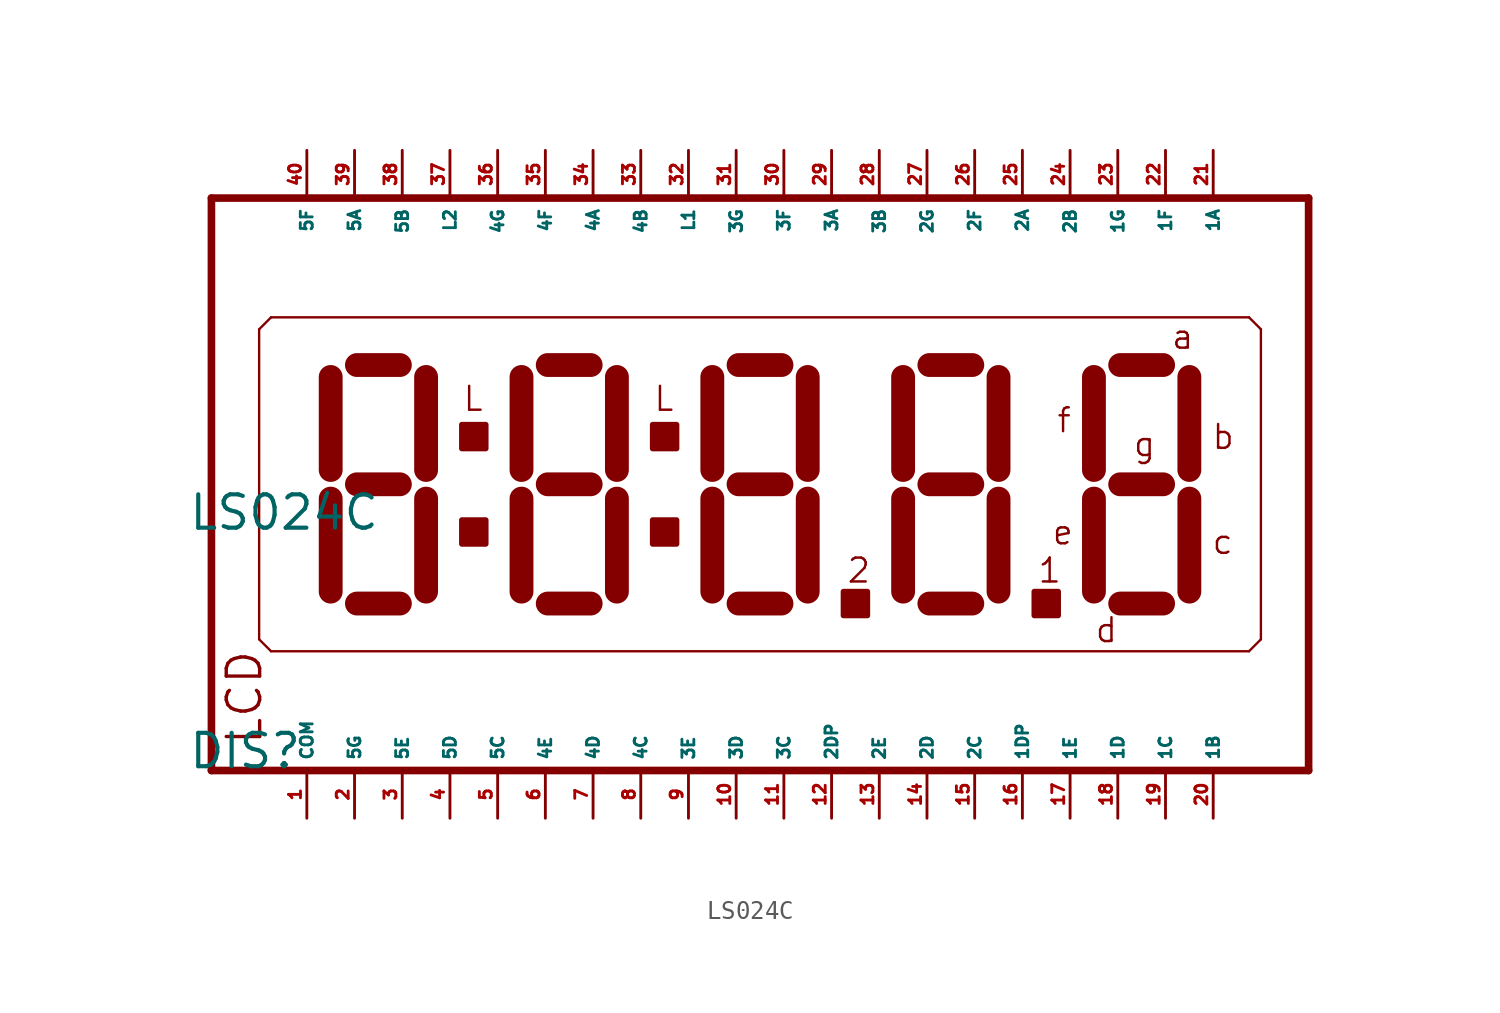
<source format=kicad_sym>
(kicad_symbol_lib
  (version 20220914)
  (generator Eagle2Kicad)
  (symbol "LS024C"
    (property "Reference" "DIS"
      (at -29.21 -15.24 0)
      (effects (font (size 1.778 1.778) (thickness 0.22)) (justify left bottom)))
    (property "Value" "LS024C"
      (at -29.21 -2.54 0)
      (effects (font (size 1.778 1.778) (thickness 0.22)) (justify left bottom)))
    (polyline
      (pts (xy -27.94 -15.24) (xy 30.48 -15.24))
      (stroke (width 0.406) (type default))
      (fill (type none)))
    (polyline
      (pts (xy 30.48 15.24) (xy -27.94 15.24))
      (stroke (width 0.406) (type default))
      (fill (type none)))
    (polyline
      (pts (xy -27.94 15.24) (xy -27.94 -15.24))
      (stroke (width 0.406) (type default))
      (fill (type none)))
    (polyline
      (pts (xy 30.48 -15.24) (xy 30.48 15.24))
      (stroke (width 0.406) (type default))
      (fill (type none)))
    (polyline
      (pts (xy -24.765 8.89) (xy -25.4 8.255))
      (stroke (width 0.127) (type default))
      (fill (type none)))
    (polyline
      (pts (xy -25.4 8.255) (xy -25.4 -8.255))
      (stroke (width 0.127) (type default))
      (fill (type none)))
    (polyline
      (pts (xy -25.4 -8.255) (xy -24.765 -8.89))
      (stroke (width 0.127) (type default))
      (fill (type none)))
    (polyline
      (pts (xy -24.765 -8.89) (xy 27.305 -8.89))
      (stroke (width 0.127) (type default))
      (fill (type none)))
    (polyline
      (pts (xy 27.305 -8.89) (xy 27.94 -8.255))
      (stroke (width 0.127) (type default))
      (fill (type none)))
    (polyline
      (pts (xy 27.94 -8.255) (xy 27.94 8.255))
      (stroke (width 0.127) (type default))
      (fill (type none)))
    (polyline
      (pts (xy 27.94 8.255) (xy 27.305 8.89))
      (stroke (width 0.127) (type default))
      (fill (type none)))
    (polyline
      (pts (xy 27.305 8.89) (xy -24.765 8.89))
      (stroke (width 0.127) (type default))
      (fill (type none)))
    (polyline
      (pts (xy -16.51 -5.715) (xy -16.51 -0.762))
      (stroke (width 1.27) (type default))
      (fill (type none)))
    (polyline
      (pts (xy -16.51 0.762) (xy -16.51 5.715))
      (stroke (width 1.27) (type default))
      (fill (type none)))
    (polyline
      (pts (xy 19.05 5.715) (xy 19.05 0.762))
      (stroke (width 1.27) (type default))
      (fill (type none)))
    (polyline
      (pts (xy 19.05 -0.762) (xy 19.05 -5.715))
      (stroke (width 1.27) (type default))
      (fill (type none)))
    (polyline
      (pts (xy 20.447 -6.35) (xy 22.733 -6.35))
      (stroke (width 1.27) (type default))
      (fill (type none)))
    (polyline
      (pts (xy 24.13 -5.715) (xy 24.13 -0.762))
      (stroke (width 1.27) (type default))
      (fill (type none)))
    (polyline
      (pts (xy 24.13 0.762) (xy 24.13 5.715))
      (stroke (width 1.27) (type default))
      (fill (type none)))
    (polyline
      (pts (xy 20.447 6.35) (xy 22.733 6.35))
      (stroke (width 1.27) (type default))
      (fill (type none)))
    (polyline
      (pts (xy 20.447 0) (xy 22.733 0))
      (stroke (width 1.27) (type default))
      (fill (type none)))
    (polyline
      (pts (xy -11.43 5.715) (xy -11.43 0.762))
      (stroke (width 1.27) (type default))
      (fill (type none)))
    (polyline
      (pts (xy -11.43 -0.762) (xy -11.43 -5.715))
      (stroke (width 1.27) (type default))
      (fill (type none)))
    (polyline
      (pts (xy -10.033 -6.35) (xy -7.747 -6.35))
      (stroke (width 1.27) (type default))
      (fill (type none)))
    (polyline
      (pts (xy -6.35 -5.715) (xy -6.35 -0.762))
      (stroke (width 1.27) (type default))
      (fill (type none)))
    (polyline
      (pts (xy -6.35 0.762) (xy -6.35 5.715))
      (stroke (width 1.27) (type default))
      (fill (type none)))
    (polyline
      (pts (xy -10.033 6.35) (xy -7.747 6.35))
      (stroke (width 1.27) (type default))
      (fill (type none)))
    (polyline
      (pts (xy -10.033 0) (xy -7.747 0))
      (stroke (width 1.27) (type default))
      (fill (type none)))
    (polyline
      (pts (xy 8.89 5.715) (xy 8.89 0.762))
      (stroke (width 1.27) (type default))
      (fill (type none)))
    (polyline
      (pts (xy 8.89 -0.762) (xy 8.89 -5.715))
      (stroke (width 1.27) (type default))
      (fill (type none)))
    (polyline
      (pts (xy 10.287 -6.35) (xy 12.573 -6.35))
      (stroke (width 1.27) (type default))
      (fill (type none)))
    (polyline
      (pts (xy 13.97 -5.715) (xy 13.97 -0.762))
      (stroke (width 1.27) (type default))
      (fill (type none)))
    (polyline
      (pts (xy 13.97 0.762) (xy 13.97 5.715))
      (stroke (width 1.27) (type default))
      (fill (type none)))
    (polyline
      (pts (xy 10.287 6.35) (xy 12.573 6.35))
      (stroke (width 1.27) (type default))
      (fill (type none)))
    (polyline
      (pts (xy 10.287 0) (xy 12.573 0))
      (stroke (width 1.27) (type default))
      (fill (type none)))
    (polyline
      (pts (xy -1.27 5.715) (xy -1.27 0.762))
      (stroke (width 1.27) (type default))
      (fill (type none)))
    (polyline
      (pts (xy -1.27 -0.762) (xy -1.27 -5.715))
      (stroke (width 1.27) (type default))
      (fill (type none)))
    (polyline
      (pts (xy 0.127 -6.35) (xy 2.413 -6.35))
      (stroke (width 1.27) (type default))
      (fill (type none)))
    (polyline
      (pts (xy 3.81 -5.715) (xy 3.81 -0.762))
      (stroke (width 1.27) (type default))
      (fill (type none)))
    (polyline
      (pts (xy 3.81 0.762) (xy 3.81 5.715))
      (stroke (width 1.27) (type default))
      (fill (type none)))
    (polyline
      (pts (xy 0.127 6.35) (xy 2.413 6.35))
      (stroke (width 1.27) (type default))
      (fill (type none)))
    (polyline
      (pts (xy 0.127 0) (xy 2.413 0))
      (stroke (width 1.27) (type default))
      (fill (type none)))
    (polyline
      (pts (xy -21.59 5.715) (xy -21.59 0.762))
      (stroke (width 1.27) (type default))
      (fill (type none)))
    (polyline
      (pts (xy -21.59 -0.762) (xy -21.59 -5.715))
      (stroke (width 1.27) (type default))
      (fill (type none)))
    (polyline
      (pts (xy -20.193 -6.35) (xy -17.907 -6.35))
      (stroke (width 1.27) (type default))
      (fill (type none)))
    (polyline
      (pts (xy -20.193 6.35) (xy -17.907 6.35))
      (stroke (width 1.27) (type default))
      (fill (type none)))
    (polyline
      (pts (xy -20.193 0) (xy -17.907 0))
      (stroke (width 1.27) (type default))
      (fill (type none)))
    (text "LCD"
      (at -25.146 -13.97 900)
      (effects (font (size 1.778 1.778) (thickness 0.18)) (justify left bottom)))
    (text "a"
      (at 23.114 7.112 0)
      (effects (font (size 1.27 1.27) (thickness 0.13)) (justify left bottom)))
    (text "b"
      (at 25.273 1.778 0)
      (effects (font (size 1.27 1.27) (thickness 0.13)) (justify left bottom)))
    (text "c"
      (at 25.273 -3.81 0)
      (effects (font (size 1.27 1.27) (thickness 0.13)) (justify left bottom)))
    (text "d"
      (at 19.05 -8.509 0)
      (effects (font (size 1.27 1.27) (thickness 0.13)) (justify left bottom)))
    (text "e"
      (at 16.764 -3.302 0)
      (effects (font (size 1.27 1.27) (thickness 0.13)) (justify left bottom)))
    (text "f"
      (at 17.018 2.667 0)
      (effects (font (size 1.27 1.27) (thickness 0.13)) (justify left bottom)))
    (text "g"
      (at 21.082 1.397 0)
      (effects (font (size 1.27 1.27) (thickness 0.13)) (justify left bottom)))
    (text "L"
      (at -4.445 3.81 0)
      (effects (font (size 1.27 1.27) (thickness 0.13)) (justify left bottom)))
    (text "L"
      (at -14.605 3.81 0)
      (effects (font (size 1.27 1.27) (thickness 0.13)) (justify left bottom)))
    (text "1"
      (at 16.002 -5.334 0)
      (effects (font (size 1.27 1.27) (thickness 0.13)) (justify left bottom)))
    (text "2"
      (at 5.842 -5.334 0)
      (effects (font (size 1.27 1.27) (thickness 0.13)) (justify left bottom)))
    (rectangle
      (start 5.715 -6.985)
      (end 6.985 -5.715)
      (stroke (width 0.3) (type default))
      (fill (type outline)))
    (rectangle
      (start 15.875 -6.985)
      (end 17.145 -5.715)
      (stroke (width 0.3) (type default))
      (fill (type outline)))
    (rectangle
      (start -4.445 -3.175)
      (end -3.175 -1.905)
      (stroke (width 0.3) (type default))
      (fill (type outline)))
    (rectangle
      (start -4.445 1.905)
      (end -3.175 3.175)
      (stroke (width 0.3) (type default))
      (fill (type outline)))
    (rectangle
      (start -14.605 1.905)
      (end -13.335 3.175)
      (stroke (width 0.3) (type default))
      (fill (type outline)))
    (rectangle
      (start -14.605 -3.175)
      (end -13.335 -1.905)
      (stroke (width 0.3) (type default))
      (fill (type outline)))
    (pin passive line
      (at -22.86 -17.78 90)
      (length 2.54)
      (name "COM" (effects (font (size 0.635 0.635) (thickness 0.08)) (justify left bottom)))
      (number "1" (effects (font (size 0.635 0.635) (thickness 0.08)) (justify left bottom))))
    (pin passive line
      (at -20.32 -17.78 90)
      (length 2.54)
      (name "5G" (effects (font (size 0.635 0.635) (thickness 0.08)) (justify left bottom)))
      (number "2" (effects (font (size 0.635 0.635) (thickness 0.08)) (justify left bottom))))
    (pin passive line
      (at -17.78 -17.78 90)
      (length 2.54)
      (name "5E" (effects (font (size 0.635 0.635) (thickness 0.08)) (justify left bottom)))
      (number "3" (effects (font (size 0.635 0.635) (thickness 0.08)) (justify left bottom))))
    (pin passive line
      (at -12.7 -17.78 90)
      (length 2.54)
      (name "5C" (effects (font (size 0.635 0.635) (thickness 0.08)) (justify left bottom)))
      (number "5" (effects (font (size 0.635 0.635) (thickness 0.08)) (justify left bottom))))
    (pin passive line
      (at -2.54 -17.78 90)
      (length 2.54)
      (name "3E" (effects (font (size 0.635 0.635) (thickness 0.08)) (justify left bottom)))
      (number "9" (effects (font (size 0.635 0.635) (thickness 0.08)) (justify left bottom))))
    (pin passive line
      (at 0 -17.78 90)
      (length 2.54)
      (name "3D" (effects (font (size 0.635 0.635) (thickness 0.08)) (justify left bottom)))
      (number "10" (effects (font (size 0.635 0.635) (thickness 0.08)) (justify left bottom))))
    (pin passive line
      (at 2.54 -17.78 90)
      (length 2.54)
      (name "3C" (effects (font (size 0.635 0.635) (thickness 0.08)) (justify left bottom)))
      (number "11" (effects (font (size 0.635 0.635) (thickness 0.08)) (justify left bottom))))
    (pin passive line
      (at 5.08 -17.78 90)
      (length 2.54)
      (name "2DP" (effects (font (size 0.635 0.635) (thickness 0.08)) (justify left bottom)))
      (number "12" (effects (font (size 0.635 0.635) (thickness 0.08)) (justify left bottom))))
    (pin passive line
      (at 7.62 -17.78 90)
      (length 2.54)
      (name "2E" (effects (font (size 0.635 0.635) (thickness 0.08)) (justify left bottom)))
      (number "13" (effects (font (size 0.635 0.635) (thickness 0.08)) (justify left bottom))))
    (pin passive line
      (at 10.16 -17.78 90)
      (length 2.54)
      (name "2D" (effects (font (size 0.635 0.635) (thickness 0.08)) (justify left bottom)))
      (number "14" (effects (font (size 0.635 0.635) (thickness 0.08)) (justify left bottom))))
    (pin passive line
      (at 12.7 -17.78 90)
      (length 2.54)
      (name "2C" (effects (font (size 0.635 0.635) (thickness 0.08)) (justify left bottom)))
      (number "15" (effects (font (size 0.635 0.635) (thickness 0.08)) (justify left bottom))))
    (pin passive line
      (at 15.24 -17.78 90)
      (length 2.54)
      (name "1DP" (effects (font (size 0.635 0.635) (thickness 0.08)) (justify left bottom)))
      (number "16" (effects (font (size 0.635 0.635) (thickness 0.08)) (justify left bottom))))
    (pin passive line
      (at 17.78 -17.78 90)
      (length 2.54)
      (name "1E" (effects (font (size 0.635 0.635) (thickness 0.08)) (justify left bottom)))
      (number "17" (effects (font (size 0.635 0.635) (thickness 0.08)) (justify left bottom))))
    (pin passive line
      (at 20.32 -17.78 90)
      (length 2.54)
      (name "1D" (effects (font (size 0.635 0.635) (thickness 0.08)) (justify left bottom)))
      (number "18" (effects (font (size 0.635 0.635) (thickness 0.08)) (justify left bottom))))
    (pin passive line
      (at 22.86 -17.78 90)
      (length 2.54)
      (name "1C" (effects (font (size 0.635 0.635) (thickness 0.08)) (justify left bottom)))
      (number "19" (effects (font (size 0.635 0.635) (thickness 0.08)) (justify left bottom))))
    (pin passive line
      (at 25.4 -17.78 90)
      (length 2.54)
      (name "1B" (effects (font (size 0.635 0.635) (thickness 0.08)) (justify left bottom)))
      (number "20" (effects (font (size 0.635 0.635) (thickness 0.08)) (justify left bottom))))
    (pin passive line
      (at 25.4 17.78 270)
      (length 2.54)
      (name "1A" (effects (font (size 0.635 0.635) (thickness 0.08)) (justify left bottom)))
      (number "21" (effects (font (size 0.635 0.635) (thickness 0.08)) (justify left bottom))))
    (pin passive line
      (at 22.86 17.78 270)
      (length 2.54)
      (name "1F" (effects (font (size 0.635 0.635) (thickness 0.08)) (justify left bottom)))
      (number "22" (effects (font (size 0.635 0.635) (thickness 0.08)) (justify left bottom))))
    (pin passive line
      (at 20.32 17.78 270)
      (length 2.54)
      (name "1G" (effects (font (size 0.635 0.635) (thickness 0.08)) (justify left bottom)))
      (number "23" (effects (font (size 0.635 0.635) (thickness 0.08)) (justify left bottom))))
    (pin passive line
      (at 17.78 17.78 270)
      (length 2.54)
      (name "2B" (effects (font (size 0.635 0.635) (thickness 0.08)) (justify left bottom)))
      (number "24" (effects (font (size 0.635 0.635) (thickness 0.08)) (justify left bottom))))
    (pin passive line
      (at 15.24 17.78 270)
      (length 2.54)
      (name "2A" (effects (font (size 0.635 0.635) (thickness 0.08)) (justify left bottom)))
      (number "25" (effects (font (size 0.635 0.635) (thickness 0.08)) (justify left bottom))))
    (pin passive line
      (at 12.7 17.78 270)
      (length 2.54)
      (name "2F" (effects (font (size 0.635 0.635) (thickness 0.08)) (justify left bottom)))
      (number "26" (effects (font (size 0.635 0.635) (thickness 0.08)) (justify left bottom))))
    (pin passive line
      (at 10.16 17.78 270)
      (length 2.54)
      (name "2G" (effects (font (size 0.635 0.635) (thickness 0.08)) (justify left bottom)))
      (number "27" (effects (font (size 0.635 0.635) (thickness 0.08)) (justify left bottom))))
    (pin passive line
      (at -15.24 17.78 270)
      (length 2.54)
      (name "L2" (effects (font (size 0.635 0.635) (thickness 0.08)) (justify left bottom)))
      (number "37" (effects (font (size 0.635 0.635) (thickness 0.08)) (justify left bottom))))
    (pin passive line
      (at 7.62 17.78 270)
      (length 2.54)
      (name "3B" (effects (font (size 0.635 0.635) (thickness 0.08)) (justify left bottom)))
      (number "28" (effects (font (size 0.635 0.635) (thickness 0.08)) (justify left bottom))))
    (pin passive line
      (at 5.08 17.78 270)
      (length 2.54)
      (name "3A" (effects (font (size 0.635 0.635) (thickness 0.08)) (justify left bottom)))
      (number "29" (effects (font (size 0.635 0.635) (thickness 0.08)) (justify left bottom))))
    (pin passive line
      (at 2.54 17.78 270)
      (length 2.54)
      (name "3F" (effects (font (size 0.635 0.635) (thickness 0.08)) (justify left bottom)))
      (number "30" (effects (font (size 0.635 0.635) (thickness 0.08)) (justify left bottom))))
    (pin passive line
      (at 0 17.78 270)
      (length 2.54)
      (name "3G" (effects (font (size 0.635 0.635) (thickness 0.08)) (justify left bottom)))
      (number "31" (effects (font (size 0.635 0.635) (thickness 0.08)) (justify left bottom))))
    (pin passive line
      (at -17.78 17.78 270)
      (length 2.54)
      (name "5B" (effects (font (size 0.635 0.635) (thickness 0.08)) (justify left bottom)))
      (number "38" (effects (font (size 0.635 0.635) (thickness 0.08)) (justify left bottom))))
    (pin passive line
      (at -20.32 17.78 270)
      (length 2.54)
      (name "5A" (effects (font (size 0.635 0.635) (thickness 0.08)) (justify left bottom)))
      (number "39" (effects (font (size 0.635 0.635) (thickness 0.08)) (justify left bottom))))
    (pin passive line
      (at -15.24 -17.78 90)
      (length 2.54)
      (name "5D" (effects (font (size 0.635 0.635) (thickness 0.08)) (justify left bottom)))
      (number "4" (effects (font (size 0.635 0.635) (thickness 0.08)) (justify left bottom))))
    (pin passive line
      (at -10.16 -17.78 90)
      (length 2.54)
      (name "4E" (effects (font (size 0.635 0.635) (thickness 0.08)) (justify left bottom)))
      (number "6" (effects (font (size 0.635 0.635) (thickness 0.08)) (justify left bottom))))
    (pin passive line
      (at -7.62 -17.78 90)
      (length 2.54)
      (name "4D" (effects (font (size 0.635 0.635) (thickness 0.08)) (justify left bottom)))
      (number "7" (effects (font (size 0.635 0.635) (thickness 0.08)) (justify left bottom))))
    (pin passive line
      (at -5.08 -17.78 90)
      (length 2.54)
      (name "4C" (effects (font (size 0.635 0.635) (thickness 0.08)) (justify left bottom)))
      (number "8" (effects (font (size 0.635 0.635) (thickness 0.08)) (justify left bottom))))
    (pin passive line
      (at -2.54 17.78 270)
      (length 2.54)
      (name "L1" (effects (font (size 0.635 0.635) (thickness 0.08)) (justify left bottom)))
      (number "32" (effects (font (size 0.635 0.635) (thickness 0.08)) (justify left bottom))))
    (pin passive line
      (at -5.08 17.78 270)
      (length 2.54)
      (name "4B" (effects (font (size 0.635 0.635) (thickness 0.08)) (justify left bottom)))
      (number "33" (effects (font (size 0.635 0.635) (thickness 0.08)) (justify left bottom))))
    (pin passive line
      (at -7.62 17.78 270)
      (length 2.54)
      (name "4A" (effects (font (size 0.635 0.635) (thickness 0.08)) (justify left bottom)))
      (number "34" (effects (font (size 0.635 0.635) (thickness 0.08)) (justify left bottom))))
    (pin passive line
      (at -10.16 17.78 270)
      (length 2.54)
      (name "4F" (effects (font (size 0.635 0.635) (thickness 0.08)) (justify left bottom)))
      (number "35" (effects (font (size 0.635 0.635) (thickness 0.08)) (justify left bottom))))
    (pin passive line
      (at -12.7 17.78 270)
      (length 2.54)
      (name "4G" (effects (font (size 0.635 0.635) (thickness 0.08)) (justify left bottom)))
      (number "36" (effects (font (size 0.635 0.635) (thickness 0.08)) (justify left bottom))))
    (pin passive line
      (at -22.86 17.78 270)
      (length 2.54)
      (name "5F" (effects (font (size 0.635 0.635) (thickness 0.08)) (justify left bottom)))
      (number "40" (effects (font (size 0.635 0.635) (thickness 0.08)) (justify left bottom))))))
</source>
